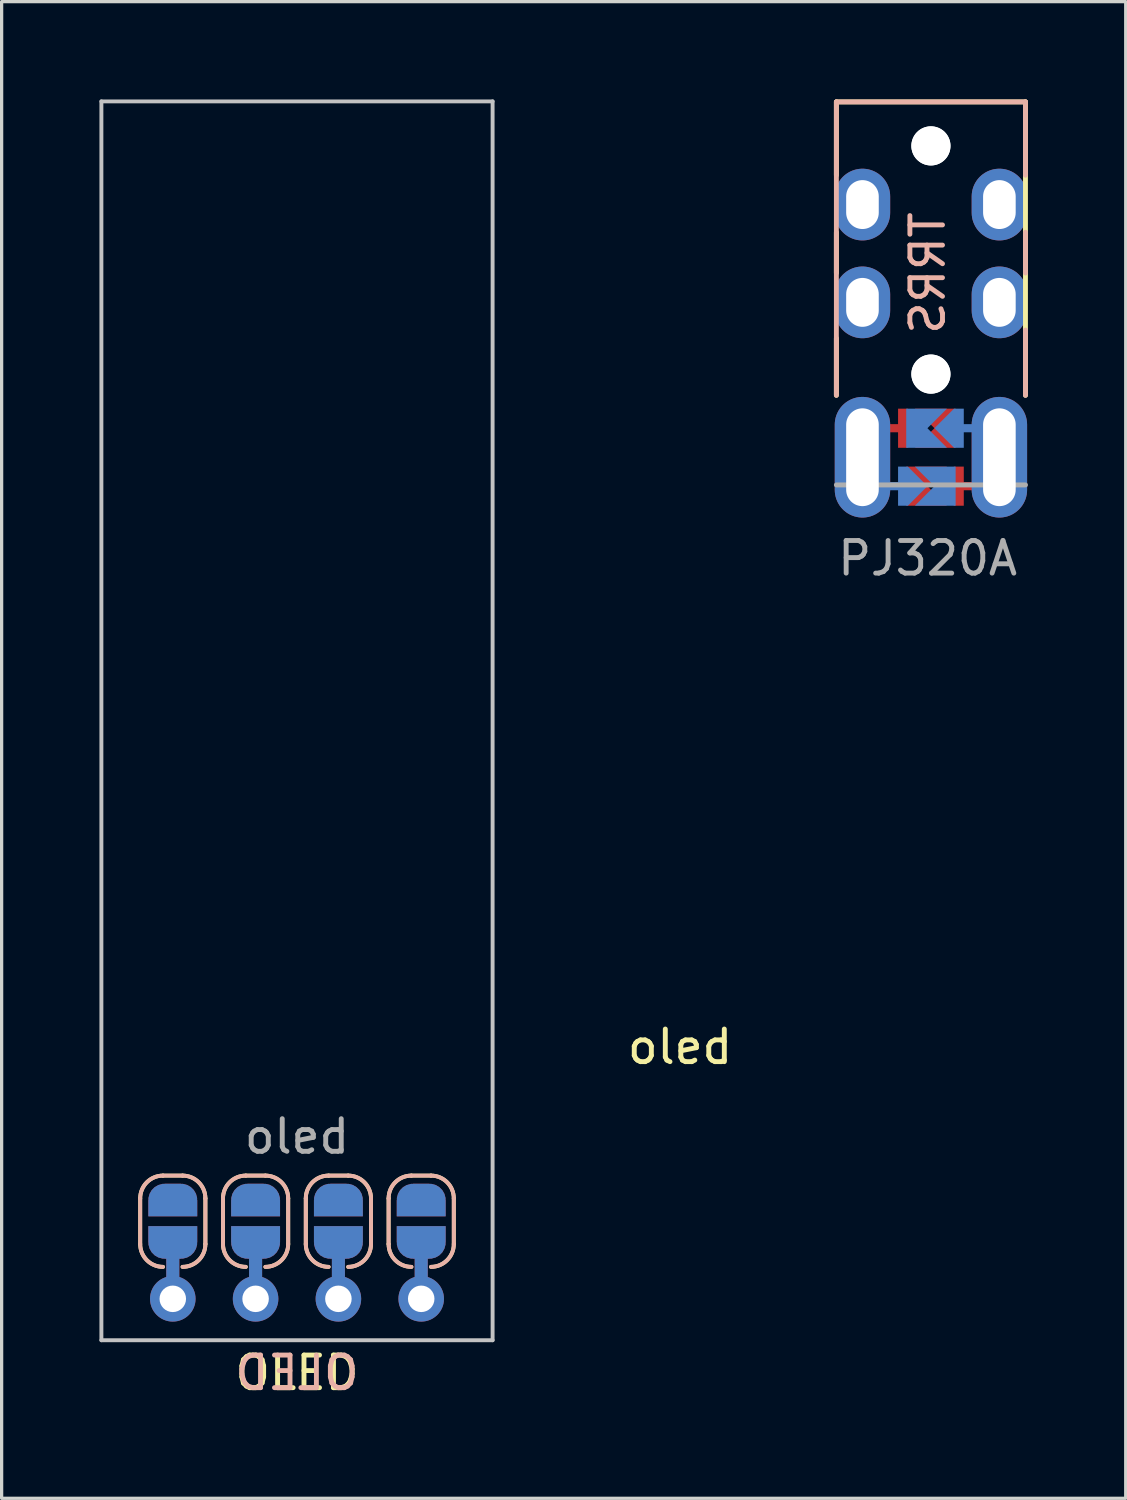
<source format=kicad_pcb>
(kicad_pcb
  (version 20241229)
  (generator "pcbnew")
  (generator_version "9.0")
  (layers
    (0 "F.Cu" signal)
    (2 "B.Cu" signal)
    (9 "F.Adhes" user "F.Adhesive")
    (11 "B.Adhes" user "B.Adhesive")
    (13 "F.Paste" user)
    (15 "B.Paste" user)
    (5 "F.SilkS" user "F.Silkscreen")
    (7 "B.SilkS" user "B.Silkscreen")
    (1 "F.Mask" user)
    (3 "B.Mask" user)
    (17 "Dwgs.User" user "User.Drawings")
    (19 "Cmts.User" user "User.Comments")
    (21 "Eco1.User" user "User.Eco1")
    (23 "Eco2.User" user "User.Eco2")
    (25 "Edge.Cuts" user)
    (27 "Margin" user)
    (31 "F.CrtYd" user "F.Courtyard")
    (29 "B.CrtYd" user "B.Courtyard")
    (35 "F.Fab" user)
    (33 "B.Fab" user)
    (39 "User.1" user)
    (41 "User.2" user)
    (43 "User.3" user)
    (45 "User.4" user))
  (footprint "PJ320A"
    (layer "F.Cu")
    (at 25.405 5.325)
    (property "Reference" "PJ320A" (at 0 8.75 0) (unlocked yes) (layer "F.Fab") (effects (font (size 1 1) (thickness 0.15))))
    (attr through_hole)
    (fp_line (start -2.8 -5.25) (end 3 -5.25) (stroke (width 0.15) (type solid)) (layer "F.SilkS"))
    (fp_line (start -2.8 -3) (end -2.8 -5.25) (stroke (width 0.15) (type solid)) (layer "F.SilkS"))
    (fp_line (start -2.8 0) (end -2.8 -1.25) (stroke (width 0.15) (type solid)) (layer "F.SilkS"))
    (fp_line (start -2.8 3.75) (end -2.8 2) (stroke (width 0.15) (type solid)) (layer "F.SilkS"))
    (fp_line (start 3 -5.25) (end 3 3.75) (stroke (width 0.15) (type solid)) (layer "F.SilkS"))
    (fp_line (start -2.8 -5.25) (end -2.8 3.75) (stroke (width 0.15) (type solid)) (layer "B.SilkS"))
    (fp_line (start 3 -5.25) (end -2.8 -5.25) (stroke (width 0.15) (type solid)) (layer "B.SilkS"))
    (fp_line (start 3 -3) (end 3 -5.25) (stroke (width 0.15) (type solid)) (layer "B.SilkS"))
    (fp_line (start 3 0) (end 3 -1.25) (stroke (width 0.15) (type solid)) (layer "B.SilkS"))
    (fp_line (start 3 3.75) (end 3 1.75) (stroke (width 0.15) (type solid)) (layer "B.SilkS"))
    (fp_line (start -2.8 6.5) (end 3 6.5) (stroke (width 0.15) (type solid)) (layer "F.Fab"))
    (fp_text user "TRRS" (at 0 0 90) (unlocked yes) (layer "B.SilkS") (effects (font (size 1 1) (thickness 0.15)) (justify mirror)))
    (pad "" thru_hole oval (at -2 5.65 180) (size 1.7 3.7) (drill oval 1 3) (layers "*.Cu" "*.Mask"))
    (pad "" smd custom (at -0.916 4.76 90) (size 0.25 1) (layers "F.Cu") (options (anchor rect)) (primitives))
    (pad "" smd custom (at -0.916 6.538 90) (size 0.25 1) (layers "B.Cu") (options (anchor rect)) (primitives))
    (pad "" smd custom (at -0.408 4.76 90) (size 0.1 0.1) (layers "F.Cu" "F.Mask") (options (anchor rect)) (primitives (gr_poly (pts (xy 0.6 -0.5) (xy -0.6 -0.5) (xy -0.6 -0.2) (xy 0 0.4) (xy 0.6 -0.2)) (width 0) (fill yes))))
    (pad "" smd custom (at -0.408 6.538 90) (size 0.1 0.1) (layers "B.Cu" "B.Mask") (options (anchor rect)) (primitives (gr_poly (pts (xy 0.6 -0.5) (xy -0.6 -0.5) (xy -0.6 -0.2) (xy 0 0.4) (xy 0.6 -0.2)) (width 0) (fill yes))))
    (pad "" np_thru_hole circle (at 0.1 -3.9 180) (size 1.2 1.2) (drill 1.2) (layers "*.Cu" "*.Mask"))
    (pad "" np_thru_hole circle (at 0.1 -3.9) (size 1.2 1.2) (drill 1.2) (layers "*.Cu" "*.Mask"))
    (pad "" np_thru_hole circle (at 0.1 3.1) (size 1.2 1.2) (drill 1.2) (layers "*.Cu" "*.Mask"))
    (pad "" np_thru_hole circle (at 0.1 3.1 180) (size 1.2 1.2) (drill 1.2) (layers "*.Cu" "*.Mask"))
    (pad "" smd custom (at 0.608 4.76 270) (size 0.1 0.1) (layers "B.Cu" "B.Mask") (options (anchor rect)) (primitives (gr_poly (pts (xy 0.6 -0.5) (xy -0.6 -0.5) (xy -0.6 -0.2) (xy 0 0.4) (xy 0.6 -0.2)) (width 0) (fill yes))))
    (pad "" smd custom (at 0.608 6.538 270) (size 0.1 0.1) (layers "F.Cu" "F.Mask") (options (anchor rect)) (primitives (gr_poly (pts (xy 0.6 -0.5) (xy -0.6 -0.5) (xy -0.6 -0.2) (xy 0 0.4) (xy 0.6 -0.2)) (width 0) (fill yes))))
    (pad "" smd custom (at 1.116 4.76 90) (size 0.25 1) (layers "B.Cu") (options (anchor rect)) (primitives))
    (pad "" smd custom (at 1.116 6.538 90) (size 0.25 1) (layers "F.Cu") (options (anchor rect)) (primitives))
    (pad "" thru_hole oval (at 2.2 5.65 180) (size 1.7 3.7) (drill oval 1 3) (layers "*.Cu" "*.Mask"))
    (pad "R1" thru_hole oval (at -2 0.9 180) (size 1.7 2.2) (drill oval 1 1.5) (layers "*.Cu" "F.Mask"))
    (pad "R1" thru_hole oval (at 2.2 0.9) (size 1.7 2.2) (drill oval 1 1.5) (layers "*.Cu" "B.Mask"))
    (pad "R2" thru_hole oval (at -2 -2.1 180) (size 1.7 2.2) (drill oval 1 1.5) (layers "*.Cu" "F.Mask"))
    (pad "R2" thru_hole oval (at 2.2 -2.1) (size 1.7 2.2) (drill oval 1 1.5) (layers "*.Cu" "B.Mask"))
    (pad "S" smd custom (at -0.408 6.538 270) (size 1.2 0.5) (layers "F.Cu" "F.Mask") (options (anchor rect)) (primitives (gr_poly (pts (xy 0.6 0) (xy -0.6 0) (xy -0.6 -1) (xy 0 -0.4) (xy 0.6 -1)) (width 0) (fill yes))))
    (pad "S" smd custom (at 0.608 6.538 90) (size 1.2 0.5) (layers "B.Cu" "B.Mask") (options (anchor rect)) (primitives (gr_poly (pts (xy 0.6 0) (xy -0.6 0) (xy -0.6 -1) (xy 0 -0.4) (xy 0.6 -1)) (width 0) (fill yes))))
    (pad "T" smd custom (at -0.408 4.76 270) (size 1.2 0.5) (layers "B.Cu" "B.Mask") (options (anchor rect)) (primitives (gr_poly (pts (xy 0.6 0) (xy -0.6 0) (xy -0.6 -1) (xy 0 -0.4) (xy 0.6 -1)) (width 0) (fill yes))))
    (pad "T" smd custom (at 0.608 4.76 90) (size 1.2 0.5) (layers "F.Cu" "F.Mask") (options (anchor rect)) (primitives (gr_poly (pts (xy 0.6 0) (xy -0.6 0) (xy -0.6 -1) (xy 0 -0.4) (xy 0.6 -1)) (width 0) (fill yes)))))
  (footprint "oled"
    (layer "F.Cu")
    (at 6.06 35.31)
    (property "Reference" "oled" (at 11.75 -6.25 0) (unlocked yes) (layer "F.SilkS") (effects (font (size 1 1) (thickness 0.15))))
    (attr through_hole)
    (fp_line (start -4.81 -0.2) (end -4.81 -1.6) (stroke (width 0.12) (type solid)) (layer "F.SilkS"))
    (fp_line (start -4.11 -2.3) (end -3.51 -2.3) (stroke (width 0.12) (type solid)) (layer "F.SilkS"))
    (fp_line (start -2.81 -1.6) (end -2.81 -0.2) (stroke (width 0.12) (type solid)) (layer "F.SilkS"))
    (fp_line (start -2.27 -0.2) (end -2.27 -1.6) (stroke (width 0.12) (type solid)) (layer "F.SilkS"))
    (fp_line (start -1.57 -2.3) (end -0.97 -2.3) (stroke (width 0.12) (type solid)) (layer "F.SilkS"))
    (fp_line (start -0.27 -1.6) (end -0.27 -0.2) (stroke (width 0.12) (type solid)) (layer "F.SilkS"))
    (fp_line (start 0.27 -0.2) (end 0.27 -1.6) (stroke (width 0.12) (type solid)) (layer "F.SilkS"))
    (fp_line (start 0.97 -2.3) (end 1.57 -2.3) (stroke (width 0.12) (type solid)) (layer "F.SilkS"))
    (fp_line (start 2.27 -1.6) (end 2.27 -0.2) (stroke (width 0.12) (type solid)) (layer "F.SilkS"))
    (fp_line (start 2.81 -0.2) (end 2.81 -1.6) (stroke (width 0.12) (type solid)) (layer "F.SilkS"))
    (fp_line (start 3.51 -2.3) (end 4.11 -2.3) (stroke (width 0.12) (type solid)) (layer "F.SilkS"))
    (fp_line (start 4.81 -1.6) (end 4.81 -0.2) (stroke (width 0.12) (type solid)) (layer "F.SilkS"))
    (fp_arc (start -4.81 -1.6) (mid -4.604975 -2.094975) (end -4.11 -2.3) (stroke (width 0.12) (type solid)) (layer "F.SilkS"))
    (fp_arc (start -4.11 0.5) (mid -4.604975 0.294975) (end -4.81 -0.2) (stroke (width 0.12) (type solid)) (layer "F.SilkS"))
    (fp_arc (start -3.51 -2.3) (mid -3.015025 -2.094975) (end -2.81 -1.6) (stroke (width 0.12) (type solid)) (layer "F.SilkS"))
    (fp_arc (start -2.81 -0.2) (mid -3.015025 0.294975) (end -3.51 0.5) (stroke (width 0.12) (type solid)) (layer "F.SilkS"))
    (fp_arc (start -2.27 -1.6) (mid -2.064975 -2.094975) (end -1.57 -2.3) (stroke (width 0.12) (type solid)) (layer "F.SilkS"))
    (fp_arc (start -1.57 0.5) (mid -2.064975 0.294975) (end -2.27 -0.2) (stroke (width 0.12) (type solid)) (layer "F.SilkS"))
    (fp_arc (start -0.97 -2.3) (mid -0.475025 -2.094975) (end -0.27 -1.6) (stroke (width 0.12) (type solid)) (layer "F.SilkS"))
    (fp_arc (start -0.27 -0.2) (mid -0.475025 0.294975) (end -0.97 0.5) (stroke (width 0.12) (type solid)) (layer "F.SilkS"))
    (fp_arc (start 0.27 -1.6) (mid 0.475025 -2.094975) (end 0.97 -2.3) (stroke (width 0.12) (type solid)) (layer "F.SilkS"))
    (fp_arc (start 0.97 0.5) (mid 0.475025 0.294975) (end 0.27 -0.2) (stroke (width 0.12) (type solid)) (layer "F.SilkS"))
    (fp_arc (start 1.57 -2.3) (mid 2.064975 -2.094975) (end 2.27 -1.6) (stroke (width 0.12) (type solid)) (layer "F.SilkS"))
    (fp_arc (start 2.27 -0.2) (mid 2.064975 0.294975) (end 1.57 0.5) (stroke (width 0.12) (type solid)) (layer "F.SilkS"))
    (fp_arc (start 2.81 -1.6) (mid 3.015025 -2.094975) (end 3.51 -2.3) (stroke (width 0.12) (type solid)) (layer "F.SilkS"))
    (fp_arc (start 3.51 0.5) (mid 3.015025 0.294975) (end 2.81 -0.2) (stroke (width 0.12) (type solid)) (layer "F.SilkS"))
    (fp_arc (start 4.11 -2.3) (mid 4.604975 -2.094975) (end 4.81 -1.6) (stroke (width 0.12) (type solid)) (layer "F.SilkS"))
    (fp_arc (start 4.81 -0.2) (mid 4.604975 0.294975) (end 4.11 0.5) (stroke (width 0.12) (type solid)) (layer "F.SilkS"))
    (fp_line (start -4.81 -1.6) (end -4.81 -0.2) (stroke (width 0.12) (type solid)) (layer "B.SilkS"))
    (fp_line (start -3.51 -2.3) (end -4.11 -2.3) (stroke (width 0.12) (type solid)) (layer "B.SilkS"))
    (fp_line (start -2.81 -0.2) (end -2.81 -1.6) (stroke (width 0.12) (type solid)) (layer "B.SilkS"))
    (fp_line (start -2.27 -1.6) (end -2.27 -0.2) (stroke (width 0.12) (type solid)) (layer "B.SilkS"))
    (fp_line (start -0.97 -2.3) (end -1.57 -2.3) (stroke (width 0.12) (type solid)) (layer "B.SilkS"))
    (fp_line (start -0.27 -0.2) (end -0.27 -1.6) (stroke (width 0.12) (type solid)) (layer "B.SilkS"))
    (fp_line (start 0.27 -1.6) (end 0.27 -0.2) (stroke (width 0.12) (type solid)) (layer "B.SilkS"))
    (fp_line (start 1.57 -2.3) (end 0.97 -2.3) (stroke (width 0.12) (type solid)) (layer "B.SilkS"))
    (fp_line (start 2.27 -0.2) (end 2.27 -1.6) (stroke (width 0.12) (type solid)) (layer "B.SilkS"))
    (fp_line (start 2.81 -1.6) (end 2.81 -0.2) (stroke (width 0.12) (type solid)) (layer "B.SilkS"))
    (fp_line (start 4.11 -2.3) (end 3.51 -2.3) (stroke (width 0.12) (type solid)) (layer "B.SilkS"))
    (fp_line (start 4.81 -0.2) (end 4.81 -1.6) (stroke (width 0.12) (type solid)) (layer "B.SilkS"))
    (fp_arc (start -4.81 -1.6) (mid -4.604975 -2.094975) (end -4.11 -2.3) (stroke (width 0.12) (type solid)) (layer "B.SilkS"))
    (fp_arc (start -4.11 0.5) (mid -4.604975 0.294975) (end -4.81 -0.2) (stroke (width 0.12) (type solid)) (layer "B.SilkS"))
    (fp_arc (start -3.51 -2.3) (mid -3.015025 -2.094975) (end -2.81 -1.6) (stroke (width 0.12) (type solid)) (layer "B.SilkS"))
    (fp_arc (start -2.81 -0.2) (mid -3.015025 0.294975) (end -3.51 0.5) (stroke (width 0.12) (type solid)) (layer "B.SilkS"))
    (fp_arc (start -2.27 -1.6) (mid -2.064975 -2.094975) (end -1.57 -2.3) (stroke (width 0.12) (type solid)) (layer "B.SilkS"))
    (fp_arc (start -1.57 0.5) (mid -2.064975 0.294975) (end -2.27 -0.2) (stroke (width 0.12) (type solid)) (layer "B.SilkS"))
    (fp_arc (start -0.97 -2.3) (mid -0.475025 -2.094975) (end -0.27 -1.6) (stroke (width 0.12) (type solid)) (layer "B.SilkS"))
    (fp_arc (start -0.27 -0.2) (mid -0.475025 0.294975) (end -0.97 0.5) (stroke (width 0.12) (type solid)) (layer "B.SilkS"))
    (fp_arc (start 0.27 -1.6) (mid 0.475025 -2.094975) (end 0.97 -2.3) (stroke (width 0.12) (type solid)) (layer "B.SilkS"))
    (fp_arc (start 0.97 0.5) (mid 0.475025 0.294975) (end 0.27 -0.2) (stroke (width 0.12) (type solid)) (layer "B.SilkS"))
    (fp_arc (start 1.57 -2.3) (mid 2.064975 -2.094975) (end 2.27 -1.6) (stroke (width 0.12) (type solid)) (layer "B.SilkS"))
    (fp_arc (start 2.27 -0.2) (mid 2.064975 0.294975) (end 1.57 0.5) (stroke (width 0.12) (type solid)) (layer "B.SilkS"))
    (fp_arc (start 2.81 -1.6) (mid 3.015025 -2.094975) (end 3.51 -2.3) (stroke (width 0.12) (type solid)) (layer "B.SilkS"))
    (fp_arc (start 3.51 0.5) (mid 3.015025 0.294975) (end 2.81 -0.2) (stroke (width 0.12) (type solid)) (layer "B.SilkS"))
    (fp_arc (start 4.11 -2.3) (mid 4.604975 -2.094975) (end 4.81 -1.6) (stroke (width 0.12) (type solid)) (layer "B.SilkS"))
    (fp_arc (start 4.81 -0.2) (mid 4.604975 0.294975) (end 4.11 0.5) (stroke (width 0.12) (type solid)) (layer "B.SilkS"))
    (fp_line (start -6 -35.25) (end 6 -35.25) (stroke (width 0.12) (type solid)) (layer "Dwgs.User"))
    (fp_line (start -6 2.75) (end -6 -35.25) (stroke (width 0.12) (type solid)) (layer "Dwgs.User"))
    (fp_line (start -6 2.75) (end 6 2.75) (stroke (width 0.12) (type solid)) (layer "Dwgs.User"))
    (fp_line (start 6 -35.25) (end 6 2.75) (stroke (width 0.12) (type solid)) (layer "Dwgs.User"))
    (fp_text user "OLED" (at 0 3.75 0) (layer "F.SilkS") (effects (font (size 1 1) (thickness 0.15))))
    (fp_text user "OLED" (at 0 3.75 0) (layer "B.SilkS") (effects (font (size 1 1) (thickness 0.15)) (justify mirror)))
    (fp_text user "${REFERENCE}" (at 0 -3.5 0) (unlocked yes) (layer "F.Fab") (effects (font (size 1 1) (thickness 0.15))))
    (pad "" smd custom (at -3.81 -0.25 90) (size 1 0.5) (layers "F.Cu" "F.Mask") (options (anchor rect)) (primitives (gr_circle (center 0 0.25) (end 0.5 0.25) (width 0) (fill yes)) (gr_circle (center 0 -0.25) (end 0.5 -0.25) (width 0) (fill yes)) (gr_poly (pts (xy 0.5 0.75) (xy 0 0.75) (xy 0 -0.75) (xy 0.5 -0.75)) (width 0) (fill yes)) (gr_line (start -1.73 0) (end 0 0) (width 0.4))))
    (pad "" smd custom (at -3.81 -0.25 270) (size 1 0.5) (layers "B.Cu" "B.Mask") (options (anchor rect)) (primitives (gr_line (start 1.73 0) (end 0 0) (width 0.4)) (gr_poly (pts (xy -0.5 0.75) (xy 0 0.75) (xy 0 -0.75) (xy -0.5 -0.75)) (width 0) (fill yes)) (gr_circle (center 0 -0.25) (end 0.5 -0.25) (width 0) (fill yes)) (gr_circle (center 0 0.25) (end 0.5 0.25) (width 0) (fill yes))))
    (pad "" thru_hole circle (at -3.81 1.48) (size 1.397 1.397) (drill 0.813) (layers "*.Cu" "*.Mask"))
    (pad "" smd custom (at -1.27 -0.25 90) (size 1 0.5) (layers "F.Cu" "F.Mask") (options (anchor rect)) (primitives (gr_circle (center 0 0.25) (end 0.5 0.25) (width 0) (fill yes)) (gr_circle (center 0 -0.25) (end 0.5 -0.25) (width 0) (fill yes)) (gr_poly (pts (xy 0.5 0.75) (xy 0 0.75) (xy 0 -0.75) (xy 0.5 -0.75)) (width 0) (fill yes)) (gr_line (start -1.73 0) (end 0 0) (width 0.4))))
    (pad "" smd custom (at -1.27 -0.25 270) (size 1 0.5) (layers "B.Cu" "B.Mask") (options (anchor rect)) (primitives (gr_line (start 1.73 0) (end 0 0) (width 0.4)) (gr_poly (pts (xy -0.5 0.75) (xy 0 0.75) (xy 0 -0.75) (xy -0.5 -0.75)) (width 0) (fill yes)) (gr_circle (center 0 -0.25) (end 0.5 -0.25) (width 0) (fill yes)) (gr_circle (center 0 0.25) (end 0.5 0.25) (width 0) (fill yes))))
    (pad "" thru_hole circle (at -1.27 1.48) (size 1.397 1.397) (drill 0.813) (layers "*.Cu" "*.Mask"))
    (pad "" smd custom (at 1.27 -0.25 90) (size 1 0.5) (layers "F.Cu" "F.Mask") (options (anchor rect)) (primitives (gr_line (start -1.73 0) (end 0 0) (width 0.4)) (gr_poly (pts (xy 0.5 0.75) (xy 0 0.75) (xy 0 -0.75) (xy 0.5 -0.75)) (width 0) (fill yes)) (gr_circle (center 0 -0.25) (end 0.5 -0.25) (width 0) (fill yes)) (gr_circle (center 0 0.25) (end 0.5 0.25) (width 0) (fill yes))))
    (pad "" smd custom (at 1.27 -0.25 270) (size 1 0.5) (layers "B.Cu" "B.Mask") (options (anchor rect)) (primitives (gr_line (start 1.73 0) (end 0 0) (width 0.4)) (gr_poly (pts (xy -0.5 0.75) (xy 0 0.75) (xy 0 -0.75) (xy -0.5 -0.75)) (width 0) (fill yes)) (gr_circle (center 0 -0.25) (end 0.5 -0.25) (width 0) (fill yes)) (gr_circle (center 0 0.25) (end 0.5 0.25) (width 0) (fill yes))))
    (pad "" thru_hole circle (at 1.27 1.48) (size 1.397 1.397) (drill 0.813) (layers "*.Cu" "*.Mask"))
    (pad "" smd custom (at 3.81 -0.25 90) (size 1 0.5) (layers "F.Cu" "F.Mask") (options (anchor rect)) (primitives (gr_line (start -1.73 0) (end 0 0) (width 0.4)) (gr_poly (pts (xy 0.5 0.75) (xy 0 0.75) (xy 0 -0.75) (xy 0.5 -0.75)) (width 0) (fill yes)) (gr_circle (center 0 -0.25) (end 0.5 -0.25) (width 0) (fill yes)) (gr_circle (center 0 0.25) (end 0.5 0.25) (width 0) (fill yes))))
    (pad "" smd custom (at 3.81 -0.25 270) (size 1 0.5) (layers "B.Cu" "B.Mask") (options (anchor rect)) (primitives (gr_line (start 1.73 0) (end 0 0) (width 0.4)) (gr_poly (pts (xy -0.5 0.75) (xy 0 0.75) (xy 0 -0.75) (xy -0.5 -0.75)) (width 0) (fill yes)) (gr_circle (center 0 -0.25) (end 0.5 -0.25) (width 0) (fill yes)) (gr_circle (center 0 0.25) (end 0.5 0.25) (width 0) (fill yes))))
    (pad "" thru_hole circle (at 3.81 1.48) (size 1.397 1.397) (drill 0.813) (layers "*.Cu" "*.Mask"))
    (pad "1" smd custom (at -3.81 -1.55 270) (size 1 0.5) (layers "B.Cu" "B.Mask") (options (anchor rect)) (primitives (gr_circle (center 0 0.25) (end 0.5 0.25) (width 0) (fill yes)) (gr_circle (center 0 -0.25) (end 0.5 -0.25) (width 0) (fill yes)) (gr_poly (pts (xy 0 0.75) (xy 0.5 0.75) (xy 0.5 -0.75) (xy 0 -0.75)) (width 0) (fill yes))))
    (pad "1" smd custom (at 3.81 -1.55 90) (size 1 0.5) (layers "F.Cu" "F.Mask") (options (anchor rect)) (primitives (gr_circle (center 0 0.25) (end 0.5 0.25) (width 0) (fill yes)) (gr_circle (center 0 -0.25) (end 0.5 -0.25) (width 0) (fill yes)) (gr_poly (pts (xy 0 0.75) (xy -0.5 0.75) (xy -0.5 -0.75) (xy 0 -0.75)) (width 0) (fill yes))))
    (pad "2" smd custom (at -1.27 -1.55 270) (size 1 0.5) (layers "B.Cu" "B.Mask") (options (anchor rect)) (primitives (gr_circle (center 0 0.25) (end 0.5 0.25) (width 0) (fill yes)) (gr_circle (center 0 -0.25) (end 0.5 -0.25) (width 0) (fill yes)) (gr_poly (pts (xy 0 0.75) (xy 0.5 0.75) (xy 0.5 -0.75) (xy 0 -0.75)) (width 0) (fill yes))))
    (pad "2" smd custom (at 1.27 -1.55 90) (size 1 0.5) (layers "F.Cu" "F.Mask") (options (anchor rect)) (primitives (gr_circle (center 0 0.25) (end 0.5 0.25) (width 0) (fill yes)) (gr_circle (center 0 -0.25) (end 0.5 -0.25) (width 0) (fill yes)) (gr_poly (pts (xy 0 0.75) (xy -0.5 0.75) (xy -0.5 -0.75) (xy 0 -0.75)) (width 0) (fill yes))))
    (pad "3" smd custom (at -1.27 -1.55 90) (size 1 0.5) (layers "F.Cu" "F.Mask") (options (anchor rect)) (primitives (gr_circle (center 0 0.25) (end 0.5 0.25) (width 0) (fill yes)) (gr_circle (center 0 -0.25) (end 0.5 -0.25) (width 0) (fill yes)) (gr_poly (pts (xy 0 0.75) (xy -0.5 0.75) (xy -0.5 -0.75) (xy 0 -0.75)) (width 0) (fill yes))))
    (pad "3" smd custom (at 1.27 -1.55 270) (size 1 0.5) (layers "B.Cu" "B.Mask") (options (anchor rect)) (primitives (gr_circle (center 0 0.25) (end 0.5 0.25) (width 0) (fill yes)) (gr_circle (center 0 -0.25) (end 0.5 -0.25) (width 0) (fill yes)) (gr_poly (pts (xy 0 0.75) (xy 0.5 0.75) (xy 0.5 -0.75) (xy 0 -0.75)) (width 0) (fill yes))))
    (pad "4" smd custom (at -3.81 -1.55 90) (size 1 0.5) (layers "F.Cu" "F.Mask") (options (anchor rect)) (primitives (gr_circle (center 0 0.25) (end 0.5 0.25) (width 0) (fill yes)) (gr_circle (center 0 -0.25) (end 0.5 -0.25) (width 0) (fill yes)) (gr_poly (pts (xy 0 0.75) (xy -0.5 0.75) (xy -0.5 -0.75) (xy 0 -0.75)) (width 0) (fill yes))))
    (pad "4" smd custom (at 3.81 -1.55 270) (size 1 0.5) (layers "B.Cu" "B.Mask") (options (anchor rect)) (primitives (gr_circle (center 0 0.25) (end 0.5 0.25) (width 0) (fill yes)) (gr_circle (center 0 -0.25) (end 0.5 -0.25) (width 0) (fill yes)) (gr_poly (pts (xy 0 0.75) (xy 0.5 0.75) (xy 0.5 -0.75) (xy 0 -0.75)) (width 0) (fill yes)))))
  (gr_rect
    (start -3 -3)
    (end 31.48 42.908)
    (stroke (width 0.1) (type default))
    (fill no)
    (layer "Edge.Cuts")))
</source>
